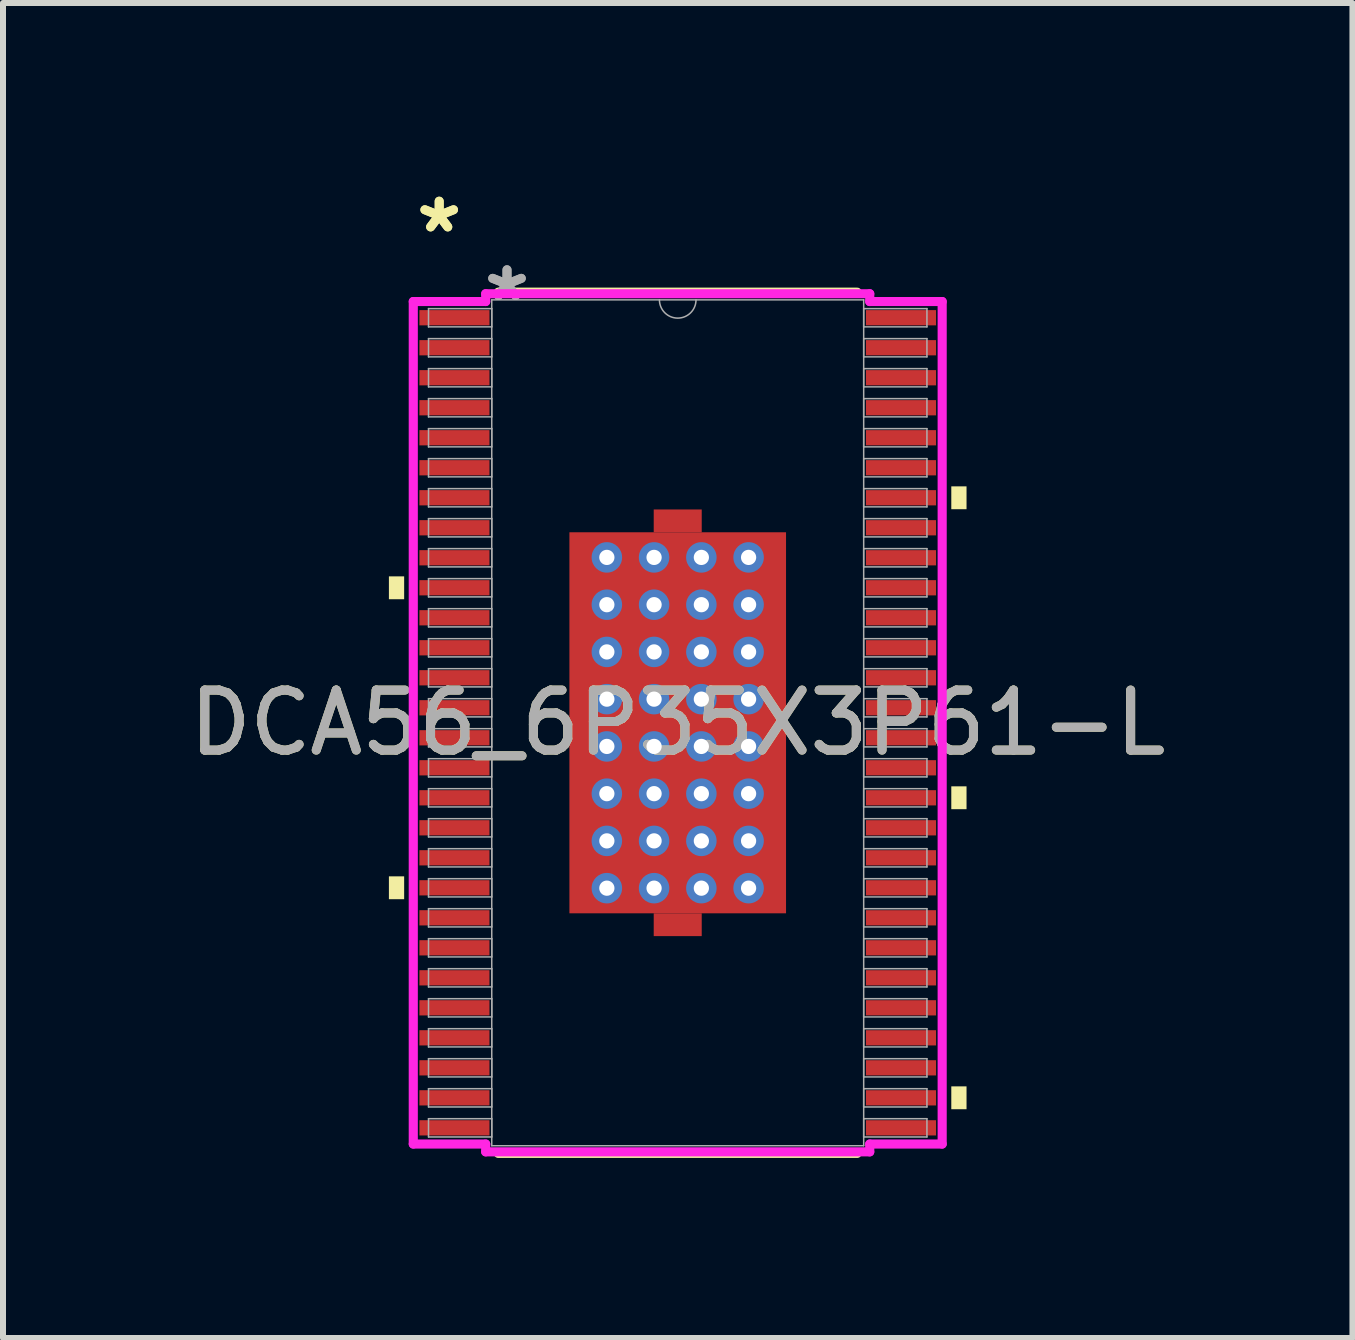
<source format=kicad_pcb>
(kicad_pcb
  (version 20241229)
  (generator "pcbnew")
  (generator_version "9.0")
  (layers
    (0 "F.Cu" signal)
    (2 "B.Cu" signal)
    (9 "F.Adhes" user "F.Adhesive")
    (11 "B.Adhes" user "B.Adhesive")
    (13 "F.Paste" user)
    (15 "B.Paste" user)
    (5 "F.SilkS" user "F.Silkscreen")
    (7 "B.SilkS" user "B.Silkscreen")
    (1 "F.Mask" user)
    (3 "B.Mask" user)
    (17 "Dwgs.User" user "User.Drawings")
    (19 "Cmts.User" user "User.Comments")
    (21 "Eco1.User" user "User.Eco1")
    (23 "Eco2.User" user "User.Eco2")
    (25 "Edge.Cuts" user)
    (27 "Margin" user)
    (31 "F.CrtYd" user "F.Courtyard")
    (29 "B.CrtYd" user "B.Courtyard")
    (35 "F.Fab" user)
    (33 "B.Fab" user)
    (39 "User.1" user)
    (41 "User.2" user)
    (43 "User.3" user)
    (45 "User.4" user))
  (footprint "DCA56_6P35X3P61-L"
    (layer "F.Cu")
    (at 8.244 8.995)
    (property "Reference" "DCA56_6P35X3P61-L" (at 0 0 0) (unlocked yes) (layer "F.SilkS") (effects (font (size 1 1) (thickness 0.15))))
    (attr smd)
    (fp_poly (pts (xy -0.4 -3.175) (xy -0.4 -3.555) (xy 0.4 -3.555) (xy 0.4 -3.175)) (stroke (width 0) (type solid)) (fill yes) (layer "F.Cu"))
    (fp_poly (pts (xy -0.4 3.175) (xy -0.4 3.555) (xy 0.4 3.555) (xy 0.4 3.175)) (stroke (width 0) (type solid)) (fill yes) (layer "F.Cu"))
    (fp_poly (pts (xy -1.869 -3.239) (xy -1.381 -3.239) (xy -1.381 3.239) (xy -1.869 3.239)) (stroke (width 0) (type solid)) (fill yes) (layer "F.Mask"))
    (fp_poly (pts (xy -1.869 -3.239) (xy 1.869 -3.239) (xy 1.869 -2.956) (xy -1.869 -2.956)) (stroke (width 0) (type solid)) (fill yes) (layer "F.Mask"))
    (fp_poly (pts (xy -1.869 -2.556) (xy 1.869 -2.556) (xy 1.869 -2.168) (xy -1.869 -2.168)) (stroke (width 0) (type solid)) (fill yes) (layer "F.Mask"))
    (fp_poly (pts (xy -1.869 -1.768) (xy 1.869 -1.768) (xy 1.869 -1.381) (xy -1.869 -1.381)) (stroke (width 0) (type solid)) (fill yes) (layer "F.Mask"))
    (fp_poly (pts (xy -1.869 -0.981) (xy 1.869 -0.981) (xy 1.869 -0.594) (xy -1.869 -0.594)) (stroke (width 0) (type solid)) (fill yes) (layer "F.Mask"))
    (fp_poly (pts (xy -1.869 -0.194) (xy 1.869 -0.194) (xy 1.869 0.194) (xy -1.869 0.194)) (stroke (width 0) (type solid)) (fill yes) (layer "F.Mask"))
    (fp_poly (pts (xy -1.869 0.594) (xy 1.869 0.594) (xy 1.869 0.981) (xy -1.869 0.981)) (stroke (width 0) (type solid)) (fill yes) (layer "F.Mask"))
    (fp_poly (pts (xy -1.869 1.381) (xy 1.869 1.381) (xy 1.869 1.768) (xy -1.869 1.768)) (stroke (width 0) (type solid)) (fill yes) (layer "F.Mask"))
    (fp_poly (pts (xy -1.869 2.168) (xy 1.869 2.168) (xy 1.869 2.556) (xy -1.869 2.556)) (stroke (width 0) (type solid)) (fill yes) (layer "F.Mask"))
    (fp_poly (pts (xy -1.869 2.956) (xy 1.869 2.956) (xy 1.869 3.239) (xy -1.869 3.239)) (stroke (width 0) (type solid)) (fill yes) (layer "F.Mask"))
    (fp_poly (pts (xy -0.594 -3.239) (xy -0.981 -3.239) (xy -0.981 3.239) (xy -0.594 3.239)) (stroke (width 0) (type solid)) (fill yes) (layer "F.Mask"))
    (fp_poly (pts (xy -0.4 -3.175) (xy -0.4 -3.555) (xy 0.4 -3.555) (xy 0.4 -3.175)) (stroke (width 0) (type solid)) (fill yes) (layer "F.Mask"))
    (fp_poly (pts (xy -0.4 3.175) (xy -0.4 3.555) (xy 0.4 3.555) (xy 0.4 3.175)) (stroke (width 0) (type solid)) (fill yes) (layer "F.Mask"))
    (fp_poly (pts (xy 0.194 -3.239) (xy -0.194 -3.239) (xy -0.194 3.239) (xy 0.194 3.239)) (stroke (width 0) (type solid)) (fill yes) (layer "F.Mask"))
    (fp_poly (pts (xy 0.981 -3.239) (xy 0.594 -3.239) (xy 0.594 3.239) (xy 0.981 3.239)) (stroke (width 0) (type solid)) (fill yes) (layer "F.Mask"))
    (fp_poly (pts (xy 1.381 -3.239) (xy 1.869 -3.239) (xy 1.869 3.239) (xy 1.381 3.239)) (stroke (width 0) (type solid)) (fill yes) (layer "F.Mask"))
    (fp_line (start -2.99 7.176) (end 2.99 7.176) (stroke (width 0.152) (type solid)) (layer "F.SilkS"))
    (fp_line (start 2.99 -7.176) (end -2.99 -7.176) (stroke (width 0.152) (type solid)) (layer "F.SilkS"))
    (fp_poly (pts (xy -4.813 -2.44) (xy -4.813 -2.059) (xy -4.559 -2.059) (xy -4.559 -2.44)) (stroke (width 0) (type solid)) (fill yes) (layer "F.SilkS"))
    (fp_poly (pts (xy -4.813 2.559) (xy -4.813 2.94) (xy -4.559 2.94) (xy -4.559 2.559)) (stroke (width 0) (type solid)) (fill yes) (layer "F.SilkS"))
    (fp_poly (pts (xy 4.813 -3.94) (xy 4.813 -3.559) (xy 4.559 -3.559) (xy 4.559 -3.94)) (stroke (width 0) (type solid)) (fill yes) (layer "F.SilkS"))
    (fp_poly (pts (xy 4.813 1.059) (xy 4.813 1.44) (xy 4.559 1.44) (xy 4.559 1.059)) (stroke (width 0) (type solid)) (fill yes) (layer "F.SilkS"))
    (fp_poly (pts (xy 4.813 6.059) (xy 4.813 6.44) (xy 4.559 6.44) (xy 4.559 6.059)) (stroke (width 0) (type solid)) (fill yes) (layer "F.SilkS"))
    (fp_poly (pts (xy -1.73 -3.1) (xy -1.73 -2.856) (xy -1.423 -2.856) (xy -1.281 -2.997) (xy -1.281 -3.1)) (stroke (width 0) (type solid)) (fill yes) (layer "F.Paste"))
    (fp_poly (pts (xy -1.73 2.856) (xy -1.73 3.1) (xy -1.281 3.1) (xy -1.281 2.997) (xy -1.423 2.856)) (stroke (width 0) (type solid)) (fill yes) (layer "F.Paste"))
    (fp_poly (pts (xy 1.281 -3.1) (xy 1.281 -2.997) (xy 1.423 -2.856) (xy 1.73 -2.856) (xy 1.73 -3.1)) (stroke (width 0) (type solid)) (fill yes) (layer "F.Paste"))
    (fp_poly (pts (xy 1.423 2.856) (xy 1.281 2.997) (xy 1.281 3.1) (xy 1.73 3.1) (xy 1.73 2.856)) (stroke (width 0) (type solid)) (fill yes) (layer "F.Paste"))
    (fp_poly (pts (xy -1.73 -2.656) (xy -1.73 -2.068) (xy -1.423 -2.068) (xy -1.281 -2.21) (xy -1.281 -2.514) (xy -1.423 -2.656)) (stroke (width 0) (type solid)) (fill yes) (layer "F.Paste"))
    (fp_poly (pts (xy -1.73 -1.869) (xy -1.73 -1.281) (xy -1.423 -1.281) (xy -1.281 -1.423) (xy -1.281 -1.727) (xy -1.423 -1.869)) (stroke (width 0) (type solid)) (fill yes) (layer "F.Paste"))
    (fp_poly (pts (xy -1.73 -1.081) (xy -1.73 -0.494) (xy -1.423 -0.494) (xy -1.281 -0.635) (xy -1.281 -0.94) (xy -1.423 -1.081)) (stroke (width 0) (type solid)) (fill yes) (layer "F.Paste"))
    (fp_poly (pts (xy -1.73 -0.294) (xy -1.73 0.294) (xy -1.423 0.294) (xy -1.281 0.152) (xy -1.281 -0.152) (xy -1.423 -0.294)) (stroke (width 0) (type solid)) (fill yes) (layer "F.Paste"))
    (fp_poly (pts (xy -1.73 0.494) (xy -1.73 1.081) (xy -1.423 1.081) (xy -1.281 0.94) (xy -1.281 0.635) (xy -1.423 0.494)) (stroke (width 0) (type solid)) (fill yes) (layer "F.Paste"))
    (fp_poly (pts (xy -1.73 1.281) (xy -1.73 1.869) (xy -1.423 1.869) (xy -1.281 1.727) (xy -1.281 1.423) (xy -1.423 1.281)) (stroke (width 0) (type solid)) (fill yes) (layer "F.Paste"))
    (fp_poly (pts (xy -1.73 2.068) (xy -1.73 2.656) (xy -1.423 2.656) (xy -1.281 2.514) (xy -1.281 2.21) (xy -1.423 2.068)) (stroke (width 0) (type solid)) (fill yes) (layer "F.Paste"))
    (fp_poly (pts (xy -1.081 -3.1) (xy -1.081 -2.997) (xy -0.94 -2.856) (xy -0.635 -2.856) (xy -0.494 -2.997) (xy -0.494 -3.1)) (stroke (width 0) (type solid)) (fill yes) (layer "F.Paste"))
    (fp_poly (pts (xy -0.94 2.856) (xy -1.081 2.997) (xy -1.081 3.1) (xy -0.494 3.1) (xy -0.494 2.997) (xy -0.635 2.856)) (stroke (width 0) (type solid)) (fill yes) (layer "F.Paste"))
    (fp_poly (pts (xy -0.294 -3.1) (xy -0.294 -2.997) (xy -0.152 -2.856) (xy 0.152 -2.856) (xy 0.294 -2.997) (xy 0.294 -3.1)) (stroke (width 0) (type solid)) (fill yes) (layer "F.Paste"))
    (fp_poly (pts (xy -0.152 2.856) (xy -0.294 2.997) (xy -0.294 3.1) (xy 0.294 3.1) (xy 0.294 2.997) (xy 0.152 2.856)) (stroke (width 0) (type solid)) (fill yes) (layer "F.Paste"))
    (fp_poly (pts (xy 0.494 -3.1) (xy 0.494 -2.997) (xy 0.635 -2.856) (xy 0.94 -2.856) (xy 1.081 -2.997) (xy 1.081 -3.1)) (stroke (width 0) (type solid)) (fill yes) (layer "F.Paste"))
    (fp_poly (pts (xy 0.635 2.856) (xy 0.494 2.997) (xy 0.494 3.1) (xy 1.081 3.1) (xy 1.081 2.997) (xy 0.94 2.856)) (stroke (width 0) (type solid)) (fill yes) (layer "F.Paste"))
    (fp_poly (pts (xy 1.423 -2.656) (xy 1.281 -2.514) (xy 1.281 -2.21) (xy 1.423 -2.068) (xy 1.73 -2.068) (xy 1.73 -2.656)) (stroke (width 0) (type solid)) (fill yes) (layer "F.Paste"))
    (fp_poly (pts (xy 1.423 -1.869) (xy 1.281 -1.727) (xy 1.281 -1.423) (xy 1.423 -1.281) (xy 1.73 -1.281) (xy 1.73 -1.869)) (stroke (width 0) (type solid)) (fill yes) (layer "F.Paste"))
    (fp_poly (pts (xy 1.423 -1.081) (xy 1.281 -0.94) (xy 1.281 -0.635) (xy 1.423 -0.494) (xy 1.73 -0.494) (xy 1.73 -1.081)) (stroke (width 0) (type solid)) (fill yes) (layer "F.Paste"))
    (fp_poly (pts (xy 1.423 -0.294) (xy 1.281 -0.152) (xy 1.281 0.152) (xy 1.423 0.294) (xy 1.73 0.294) (xy 1.73 -0.294)) (stroke (width 0) (type solid)) (fill yes) (layer "F.Paste"))
    (fp_poly (pts (xy 1.423 0.494) (xy 1.281 0.635) (xy 1.281 0.94) (xy 1.423 1.081) (xy 1.73 1.081) (xy 1.73 0.494)) (stroke (width 0) (type solid)) (fill yes) (layer "F.Paste"))
    (fp_poly (pts (xy 1.423 1.281) (xy 1.281 1.423) (xy 1.281 1.727) (xy 1.423 1.869) (xy 1.73 1.869) (xy 1.73 1.281)) (stroke (width 0) (type solid)) (fill yes) (layer "F.Paste"))
    (fp_poly (pts (xy 1.423 2.068) (xy 1.281 2.21) (xy 1.281 2.514) (xy 1.423 2.656) (xy 1.73 2.656) (xy 1.73 2.068)) (stroke (width 0) (type solid)) (fill yes) (layer "F.Paste"))
    (fp_poly (pts (xy -0.94 -2.656) (xy -1.081 -2.514) (xy -1.081 -2.21) (xy -0.94 -2.068) (xy -0.635 -2.068) (xy -0.494 -2.21) (xy -0.494 -2.514) (xy -0.635 -2.656)) (stroke (width 0) (type solid)) (fill yes) (layer "F.Paste"))
    (fp_poly (pts (xy -0.94 -1.869) (xy -1.081 -1.727) (xy -1.081 -1.423) (xy -0.94 -1.281) (xy -0.635 -1.281) (xy -0.494 -1.423) (xy -0.494 -1.727) (xy -0.635 -1.869)) (stroke (width 0) (type solid)) (fill yes) (layer "F.Paste"))
    (fp_poly (pts (xy -0.94 -1.081) (xy -1.081 -0.94) (xy -1.081 -0.635) (xy -0.94 -0.494) (xy -0.635 -0.494) (xy -0.494 -0.635) (xy -0.494 -0.94) (xy -0.635 -1.081)) (stroke (width 0) (type solid)) (fill yes) (layer "F.Paste"))
    (fp_poly (pts (xy -0.94 -0.294) (xy -1.081 -0.152) (xy -1.081 0.152) (xy -0.94 0.294) (xy -0.635 0.294) (xy -0.494 0.152) (xy -0.494 -0.152) (xy -0.635 -0.294)) (stroke (width 0) (type solid)) (fill yes) (layer "F.Paste"))
    (fp_poly (pts (xy -0.94 0.494) (xy -1.081 0.635) (xy -1.081 0.94) (xy -0.94 1.081) (xy -0.635 1.081) (xy -0.494 0.94) (xy -0.494 0.635) (xy -0.635 0.494)) (stroke (width 0) (type solid)) (fill yes) (layer "F.Paste"))
    (fp_poly (pts (xy -0.94 1.281) (xy -1.081 1.423) (xy -1.081 1.727) (xy -0.94 1.869) (xy -0.635 1.869) (xy -0.494 1.727) (xy -0.494 1.423) (xy -0.635 1.281)) (stroke (width 0) (type solid)) (fill yes) (layer "F.Paste"))
    (fp_poly (pts (xy -0.94 2.068) (xy -1.081 2.21) (xy -1.081 2.514) (xy -0.94 2.656) (xy -0.635 2.656) (xy -0.494 2.514) (xy -0.494 2.21) (xy -0.635 2.068)) (stroke (width 0) (type solid)) (fill yes) (layer "F.Paste"))
    (fp_poly (pts (xy -0.152 -2.656) (xy -0.294 -2.514) (xy -0.294 -2.21) (xy -0.152 -2.068) (xy 0.152 -2.068) (xy 0.294 -2.21) (xy 0.294 -2.514) (xy 0.152 -2.656)) (stroke (width 0) (type solid)) (fill yes) (layer "F.Paste"))
    (fp_poly (pts (xy -0.152 -1.869) (xy -0.294 -1.727) (xy -0.294 -1.423) (xy -0.152 -1.281) (xy 0.152 -1.281) (xy 0.294 -1.423) (xy 0.294 -1.727) (xy 0.152 -1.869)) (stroke (width 0) (type solid)) (fill yes) (layer "F.Paste"))
    (fp_poly (pts (xy -0.152 -1.081) (xy -0.294 -0.94) (xy -0.294 -0.635) (xy -0.152 -0.494) (xy 0.152 -0.494) (xy 0.294 -0.635) (xy 0.294 -0.94) (xy 0.152 -1.081)) (stroke (width 0) (type solid)) (fill yes) (layer "F.Paste"))
    (fp_poly (pts (xy -0.152 -0.294) (xy -0.294 -0.152) (xy -0.294 0.152) (xy -0.152 0.294) (xy 0.152 0.294) (xy 0.294 0.152) (xy 0.294 -0.152) (xy 0.152 -0.294)) (stroke (width 0) (type solid)) (fill yes) (layer "F.Paste"))
    (fp_poly (pts (xy -0.152 0.494) (xy -0.294 0.635) (xy -0.294 0.94) (xy -0.152 1.081) (xy 0.152 1.081) (xy 0.294 0.94) (xy 0.294 0.635) (xy 0.152 0.494)) (stroke (width 0) (type solid)) (fill yes) (layer "F.Paste"))
    (fp_poly (pts (xy -0.152 1.281) (xy -0.294 1.423) (xy -0.294 1.727) (xy -0.152 1.869) (xy 0.152 1.869) (xy 0.294 1.727) (xy 0.294 1.423) (xy 0.152 1.281)) (stroke (width 0) (type solid)) (fill yes) (layer "F.Paste"))
    (fp_poly (pts (xy -0.152 2.068) (xy -0.294 2.21) (xy -0.294 2.514) (xy -0.152 2.656) (xy 0.152 2.656) (xy 0.294 2.514) (xy 0.294 2.21) (xy 0.152 2.068)) (stroke (width 0) (type solid)) (fill yes) (layer "F.Paste"))
    (fp_poly (pts (xy 0.635 -2.656) (xy 0.494 -2.514) (xy 0.494 -2.21) (xy 0.635 -2.068) (xy 0.94 -2.068) (xy 1.081 -2.21) (xy 1.081 -2.514) (xy 0.94 -2.656)) (stroke (width 0) (type solid)) (fill yes) (layer "F.Paste"))
    (fp_poly (pts (xy 0.635 -1.869) (xy 0.494 -1.727) (xy 0.494 -1.423) (xy 0.635 -1.281) (xy 0.94 -1.281) (xy 1.081 -1.423) (xy 1.081 -1.727) (xy 0.94 -1.869)) (stroke (width 0) (type solid)) (fill yes) (layer "F.Paste"))
    (fp_poly (pts (xy 0.635 -1.081) (xy 0.494 -0.94) (xy 0.494 -0.635) (xy 0.635 -0.494) (xy 0.94 -0.494) (xy 1.081 -0.635) (xy 1.081 -0.94) (xy 0.94 -1.081)) (stroke (width 0) (type solid)) (fill yes) (layer "F.Paste"))
    (fp_poly (pts (xy 0.635 -0.294) (xy 0.494 -0.152) (xy 0.494 0.152) (xy 0.635 0.294) (xy 0.94 0.294) (xy 1.081 0.152) (xy 1.081 -0.152) (xy 0.94 -0.294)) (stroke (width 0) (type solid)) (fill yes) (layer "F.Paste"))
    (fp_poly (pts (xy 0.635 0.494) (xy 0.494 0.635) (xy 0.494 0.94) (xy 0.635 1.081) (xy 0.94 1.081) (xy 1.081 0.94) (xy 1.081 0.635) (xy 0.94 0.494)) (stroke (width 0) (type solid)) (fill yes) (layer "F.Paste"))
    (fp_poly (pts (xy 0.635 1.281) (xy 0.494 1.423) (xy 0.494 1.727) (xy 0.635 1.869) (xy 0.94 1.869) (xy 1.081 1.727) (xy 1.081 1.423) (xy 0.94 1.281)) (stroke (width 0) (type solid)) (fill yes) (layer "F.Paste"))
    (fp_poly (pts (xy 0.635 2.068) (xy 0.494 2.21) (xy 0.494 2.514) (xy 0.635 2.656) (xy 0.94 2.656) (xy 1.081 2.514) (xy 1.081 2.21) (xy 0.94 2.068)) (stroke (width 0) (type solid)) (fill yes) (layer "F.Paste"))
    (fp_line (start -4.407 -7.02) (end -3.2 -7.02) (stroke (width 0.152) (type solid)) (layer "F.CrtYd"))
    (fp_line (start -4.407 7.02) (end -4.407 -7.02) (stroke (width 0.152) (type solid)) (layer "F.CrtYd"))
    (fp_line (start -4.407 7.02) (end -3.2 7.02) (stroke (width 0.152) (type solid)) (layer "F.CrtYd"))
    (fp_line (start -3.2 -7.15) (end 3.2 -7.15) (stroke (width 0.152) (type solid)) (layer "F.CrtYd"))
    (fp_line (start -3.2 -7.02) (end -3.2 -7.15) (stroke (width 0.152) (type solid)) (layer "F.CrtYd"))
    (fp_line (start -3.2 7.15) (end -3.2 7.02) (stroke (width 0.152) (type solid)) (layer "F.CrtYd"))
    (fp_line (start 3.2 -7.15) (end 3.2 -7.02) (stroke (width 0.152) (type solid)) (layer "F.CrtYd"))
    (fp_line (start 3.2 7.02) (end 3.2 7.15) (stroke (width 0.152) (type solid)) (layer "F.CrtYd"))
    (fp_line (start 3.2 7.15) (end -3.2 7.15) (stroke (width 0.152) (type solid)) (layer "F.CrtYd"))
    (fp_line (start 4.407 -7.02) (end 3.2 -7.02) (stroke (width 0.152) (type solid)) (layer "F.CrtYd"))
    (fp_line (start 4.407 -7.02) (end 4.407 7.02) (stroke (width 0.152) (type solid)) (layer "F.CrtYd"))
    (fp_line (start 4.407 7.02) (end 3.2 7.02) (stroke (width 0.152) (type solid)) (layer "F.CrtYd"))
    (fp_line (start -4.153 -6.902) (end -4.153 -6.598) (stroke (width 0.025) (type solid)) (layer "F.Fab"))
    (fp_line (start -4.153 -6.598) (end -3.099 -6.598) (stroke (width 0.025) (type solid)) (layer "F.Fab"))
    (fp_line (start -4.153 -6.402) (end -4.153 -6.098) (stroke (width 0.025) (type solid)) (layer "F.Fab"))
    (fp_line (start -4.153 -6.098) (end -3.099 -6.098) (stroke (width 0.025) (type solid)) (layer "F.Fab"))
    (fp_line (start -4.153 -5.902) (end -4.153 -5.598) (stroke (width 0.025) (type solid)) (layer "F.Fab"))
    (fp_line (start -4.153 -5.598) (end -3.099 -5.598) (stroke (width 0.025) (type solid)) (layer "F.Fab"))
    (fp_line (start -4.153 -5.402) (end -4.153 -5.098) (stroke (width 0.025) (type solid)) (layer "F.Fab"))
    (fp_line (start -4.153 -5.098) (end -3.099 -5.098) (stroke (width 0.025) (type solid)) (layer "F.Fab"))
    (fp_line (start -4.153 -4.902) (end -4.153 -4.598) (stroke (width 0.025) (type solid)) (layer "F.Fab"))
    (fp_line (start -4.153 -4.598) (end -3.099 -4.598) (stroke (width 0.025) (type solid)) (layer "F.Fab"))
    (fp_line (start -4.153 -4.402) (end -4.153 -4.098) (stroke (width 0.025) (type solid)) (layer "F.Fab"))
    (fp_line (start -4.153 -4.098) (end -3.099 -4.098) (stroke (width 0.025) (type solid)) (layer "F.Fab"))
    (fp_line (start -4.153 -3.902) (end -4.153 -3.598) (stroke (width 0.025) (type solid)) (layer "F.Fab"))
    (fp_line (start -4.153 -3.598) (end -3.099 -3.598) (stroke (width 0.025) (type solid)) (layer "F.Fab"))
    (fp_line (start -4.153 -3.402) (end -4.153 -3.098) (stroke (width 0.025) (type solid)) (layer "F.Fab"))
    (fp_line (start -4.153 -3.098) (end -3.099 -3.098) (stroke (width 0.025) (type solid)) (layer "F.Fab"))
    (fp_line (start -4.153 -2.902) (end -4.153 -2.598) (stroke (width 0.025) (type solid)) (layer "F.Fab"))
    (fp_line (start -4.153 -2.598) (end -3.099 -2.598) (stroke (width 0.025) (type solid)) (layer "F.Fab"))
    (fp_line (start -4.153 -2.402) (end -4.153 -2.098) (stroke (width 0.025) (type solid)) (layer "F.Fab"))
    (fp_line (start -4.153 -2.098) (end -3.099 -2.098) (stroke (width 0.025) (type solid)) (layer "F.Fab"))
    (fp_line (start -4.153 -1.902) (end -4.153 -1.598) (stroke (width 0.025) (type solid)) (layer "F.Fab"))
    (fp_line (start -4.153 -1.598) (end -3.099 -1.598) (stroke (width 0.025) (type solid)) (layer "F.Fab"))
    (fp_line (start -4.153 -1.402) (end -4.153 -1.098) (stroke (width 0.025) (type solid)) (layer "F.Fab"))
    (fp_line (start -4.153 -1.098) (end -3.099 -1.098) (stroke (width 0.025) (type solid)) (layer "F.Fab"))
    (fp_line (start -4.153 -0.902) (end -4.153 -0.598) (stroke (width 0.025) (type solid)) (layer "F.Fab"))
    (fp_line (start -4.153 -0.598) (end -3.099 -0.598) (stroke (width 0.025) (type solid)) (layer "F.Fab"))
    (fp_line (start -4.153 -0.402) (end -4.153 -0.098) (stroke (width 0.025) (type solid)) (layer "F.Fab"))
    (fp_line (start -4.153 -0.098) (end -3.099 -0.098) (stroke (width 0.025) (type solid)) (layer "F.Fab"))
    (fp_line (start -4.153 0.098) (end -4.153 0.402) (stroke (width 0.025) (type solid)) (layer "F.Fab"))
    (fp_line (start -4.153 0.402) (end -3.099 0.402) (stroke (width 0.025) (type solid)) (layer "F.Fab"))
    (fp_line (start -4.153 0.598) (end -4.153 0.902) (stroke (width 0.025) (type solid)) (layer "F.Fab"))
    (fp_line (start -4.153 0.902) (end -3.099 0.902) (stroke (width 0.025) (type solid)) (layer "F.Fab"))
    (fp_line (start -4.153 1.098) (end -4.153 1.402) (stroke (width 0.025) (type solid)) (layer "F.Fab"))
    (fp_line (start -4.153 1.402) (end -3.099 1.402) (stroke (width 0.025) (type solid)) (layer "F.Fab"))
    (fp_line (start -4.153 1.598) (end -4.153 1.902) (stroke (width 0.025) (type solid)) (layer "F.Fab"))
    (fp_line (start -4.153 1.902) (end -3.099 1.902) (stroke (width 0.025) (type solid)) (layer "F.Fab"))
    (fp_line (start -4.153 2.098) (end -4.153 2.402) (stroke (width 0.025) (type solid)) (layer "F.Fab"))
    (fp_line (start -4.153 2.402) (end -3.099 2.402) (stroke (width 0.025) (type solid)) (layer "F.Fab"))
    (fp_line (start -4.153 2.598) (end -4.153 2.902) (stroke (width 0.025) (type solid)) (layer "F.Fab"))
    (fp_line (start -4.153 2.902) (end -3.099 2.902) (stroke (width 0.025) (type solid)) (layer "F.Fab"))
    (fp_line (start -4.153 3.098) (end -4.153 3.402) (stroke (width 0.025) (type solid)) (layer "F.Fab"))
    (fp_line (start -4.153 3.402) (end -3.099 3.402) (stroke (width 0.025) (type solid)) (layer "F.Fab"))
    (fp_line (start -4.153 3.598) (end -4.153 3.902) (stroke (width 0.025) (type solid)) (layer "F.Fab"))
    (fp_line (start -4.153 3.902) (end -3.099 3.902) (stroke (width 0.025) (type solid)) (layer "F.Fab"))
    (fp_line (start -4.153 4.098) (end -4.153 4.402) (stroke (width 0.025) (type solid)) (layer "F.Fab"))
    (fp_line (start -4.153 4.402) (end -3.099 4.402) (stroke (width 0.025) (type solid)) (layer "F.Fab"))
    (fp_line (start -4.153 4.598) (end -4.153 4.902) (stroke (width 0.025) (type solid)) (layer "F.Fab"))
    (fp_line (start -4.153 4.902) (end -3.099 4.902) (stroke (width 0.025) (type solid)) (layer "F.Fab"))
    (fp_line (start -4.153 5.098) (end -4.153 5.402) (stroke (width 0.025) (type solid)) (layer "F.Fab"))
    (fp_line (start -4.153 5.402) (end -3.099 5.402) (stroke (width 0.025) (type solid)) (layer "F.Fab"))
    (fp_line (start -4.153 5.598) (end -4.153 5.902) (stroke (width 0.025) (type solid)) (layer "F.Fab"))
    (fp_line (start -4.153 5.902) (end -3.099 5.902) (stroke (width 0.025) (type solid)) (layer "F.Fab"))
    (fp_line (start -4.153 6.098) (end -4.153 6.402) (stroke (width 0.025) (type solid)) (layer "F.Fab"))
    (fp_line (start -4.153 6.402) (end -3.099 6.402) (stroke (width 0.025) (type solid)) (layer "F.Fab"))
    (fp_line (start -4.153 6.598) (end -4.153 6.902) (stroke (width 0.025) (type solid)) (layer "F.Fab"))
    (fp_line (start -4.153 6.902) (end -3.099 6.902) (stroke (width 0.025) (type solid)) (layer "F.Fab"))
    (fp_line (start -3.099 -7.048) (end -3.099 7.048) (stroke (width 0.025) (type solid)) (layer "F.Fab"))
    (fp_line (start -3.099 -6.902) (end -4.153 -6.902) (stroke (width 0.025) (type solid)) (layer "F.Fab"))
    (fp_line (start -3.099 -6.598) (end -3.099 -6.902) (stroke (width 0.025) (type solid)) (layer "F.Fab"))
    (fp_line (start -3.099 -6.402) (end -4.153 -6.402) (stroke (width 0.025) (type solid)) (layer "F.Fab"))
    (fp_line (start -3.099 -6.098) (end -3.099 -6.402) (stroke (width 0.025) (type solid)) (layer "F.Fab"))
    (fp_line (start -3.099 -5.902) (end -4.153 -5.902) (stroke (width 0.025) (type solid)) (layer "F.Fab"))
    (fp_line (start -3.099 -5.598) (end -3.099 -5.902) (stroke (width 0.025) (type solid)) (layer "F.Fab"))
    (fp_line (start -3.099 -5.402) (end -4.153 -5.402) (stroke (width 0.025) (type solid)) (layer "F.Fab"))
    (fp_line (start -3.099 -5.098) (end -3.099 -5.402) (stroke (width 0.025) (type solid)) (layer "F.Fab"))
    (fp_line (start -3.099 -4.902) (end -4.153 -4.902) (stroke (width 0.025) (type solid)) (layer "F.Fab"))
    (fp_line (start -3.099 -4.598) (end -3.099 -4.902) (stroke (width 0.025) (type solid)) (layer "F.Fab"))
    (fp_line (start -3.099 -4.402) (end -4.153 -4.402) (stroke (width 0.025) (type solid)) (layer "F.Fab"))
    (fp_line (start -3.099 -4.098) (end -3.099 -4.402) (stroke (width 0.025) (type solid)) (layer "F.Fab"))
    (fp_line (start -3.099 -3.902) (end -4.153 -3.902) (stroke (width 0.025) (type solid)) (layer "F.Fab"))
    (fp_line (start -3.099 -3.598) (end -3.099 -3.902) (stroke (width 0.025) (type solid)) (layer "F.Fab"))
    (fp_line (start -3.099 -3.402) (end -4.153 -3.402) (stroke (width 0.025) (type solid)) (layer "F.Fab"))
    (fp_line (start -3.099 -3.098) (end -3.099 -3.402) (stroke (width 0.025) (type solid)) (layer "F.Fab"))
    (fp_line (start -3.099 -2.902) (end -4.153 -2.902) (stroke (width 0.025) (type solid)) (layer "F.Fab"))
    (fp_line (start -3.099 -2.598) (end -3.099 -2.902) (stroke (width 0.025) (type solid)) (layer "F.Fab"))
    (fp_line (start -3.099 -2.402) (end -4.153 -2.402) (stroke (width 0.025) (type solid)) (layer "F.Fab"))
    (fp_line (start -3.099 -2.098) (end -3.099 -2.402) (stroke (width 0.025) (type solid)) (layer "F.Fab"))
    (fp_line (start -3.099 -1.902) (end -4.153 -1.902) (stroke (width 0.025) (type solid)) (layer "F.Fab"))
    (fp_line (start -3.099 -1.598) (end -3.099 -1.902) (stroke (width 0.025) (type solid)) (layer "F.Fab"))
    (fp_line (start -3.099 -1.402) (end -4.153 -1.402) (stroke (width 0.025) (type solid)) (layer "F.Fab"))
    (fp_line (start -3.099 -1.098) (end -3.099 -1.402) (stroke (width 0.025) (type solid)) (layer "F.Fab"))
    (fp_line (start -3.099 -0.902) (end -4.153 -0.902) (stroke (width 0.025) (type solid)) (layer "F.Fab"))
    (fp_line (start -3.099 -0.598) (end -3.099 -0.902) (stroke (width 0.025) (type solid)) (layer "F.Fab"))
    (fp_line (start -3.099 -0.402) (end -4.153 -0.402) (stroke (width 0.025) (type solid)) (layer "F.Fab"))
    (fp_line (start -3.099 -0.098) (end -3.099 -0.402) (stroke (width 0.025) (type solid)) (layer "F.Fab"))
    (fp_line (start -3.099 0.098) (end -4.153 0.098) (stroke (width 0.025) (type solid)) (layer "F.Fab"))
    (fp_line (start -3.099 0.402) (end -3.099 0.098) (stroke (width 0.025) (type solid)) (layer "F.Fab"))
    (fp_line (start -3.099 0.598) (end -4.153 0.598) (stroke (width 0.025) (type solid)) (layer "F.Fab"))
    (fp_line (start -3.099 0.902) (end -3.099 0.598) (stroke (width 0.025) (type solid)) (layer "F.Fab"))
    (fp_line (start -3.099 1.098) (end -4.153 1.098) (stroke (width 0.025) (type solid)) (layer "F.Fab"))
    (fp_line (start -3.099 1.402) (end -3.099 1.098) (stroke (width 0.025) (type solid)) (layer "F.Fab"))
    (fp_line (start -3.099 1.598) (end -4.153 1.598) (stroke (width 0.025) (type solid)) (layer "F.Fab"))
    (fp_line (start -3.099 1.902) (end -3.099 1.598) (stroke (width 0.025) (type solid)) (layer "F.Fab"))
    (fp_line (start -3.099 2.098) (end -4.153 2.098) (stroke (width 0.025) (type solid)) (layer "F.Fab"))
    (fp_line (start -3.099 2.402) (end -3.099 2.098) (stroke (width 0.025) (type solid)) (layer "F.Fab"))
    (fp_line (start -3.099 2.598) (end -4.153 2.598) (stroke (width 0.025) (type solid)) (layer "F.Fab"))
    (fp_line (start -3.099 2.902) (end -3.099 2.598) (stroke (width 0.025) (type solid)) (layer "F.Fab"))
    (fp_line (start -3.099 3.098) (end -4.153 3.098) (stroke (width 0.025) (type solid)) (layer "F.Fab"))
    (fp_line (start -3.099 3.402) (end -3.099 3.098) (stroke (width 0.025) (type solid)) (layer "F.Fab"))
    (fp_line (start -3.099 3.598) (end -4.153 3.598) (stroke (width 0.025) (type solid)) (layer "F.Fab"))
    (fp_line (start -3.099 3.902) (end -3.099 3.598) (stroke (width 0.025) (type solid)) (layer "F.Fab"))
    (fp_line (start -3.099 4.098) (end -4.153 4.098) (stroke (width 0.025) (type solid)) (layer "F.Fab"))
    (fp_line (start -3.099 4.402) (end -3.099 4.098) (stroke (width 0.025) (type solid)) (layer "F.Fab"))
    (fp_line (start -3.099 4.598) (end -4.153 4.598) (stroke (width 0.025) (type solid)) (layer "F.Fab"))
    (fp_line (start -3.099 4.902) (end -3.099 4.598) (stroke (width 0.025) (type solid)) (layer "F.Fab"))
    (fp_line (start -3.099 5.098) (end -4.153 5.098) (stroke (width 0.025) (type solid)) (layer "F.Fab"))
    (fp_line (start -3.099 5.402) (end -3.099 5.098) (stroke (width 0.025) (type solid)) (layer "F.Fab"))
    (fp_line (start -3.099 5.598) (end -4.153 5.598) (stroke (width 0.025) (type solid)) (layer "F.Fab"))
    (fp_line (start -3.099 5.902) (end -3.099 5.598) (stroke (width 0.025) (type solid)) (layer "F.Fab"))
    (fp_line (start -3.099 6.098) (end -4.153 6.098) (stroke (width 0.025) (type solid)) (layer "F.Fab"))
    (fp_line (start -3.099 6.402) (end -3.099 6.098) (stroke (width 0.025) (type solid)) (layer "F.Fab"))
    (fp_line (start -3.099 6.598) (end -4.153 6.598) (stroke (width 0.025) (type solid)) (layer "F.Fab"))
    (fp_line (start -3.099 6.902) (end -3.099 6.598) (stroke (width 0.025) (type solid)) (layer "F.Fab"))
    (fp_line (start -3.099 7.048) (end 3.099 7.048) (stroke (width 0.025) (type solid)) (layer "F.Fab"))
    (fp_line (start 3.099 -7.048) (end -3.099 -7.048) (stroke (width 0.025) (type solid)) (layer "F.Fab"))
    (fp_line (start 3.099 -6.902) (end 3.099 -6.598) (stroke (width 0.025) (type solid)) (layer "F.Fab"))
    (fp_line (start 3.099 -6.598) (end 4.153 -6.598) (stroke (width 0.025) (type solid)) (layer "F.Fab"))
    (fp_line (start 3.099 -6.402) (end 3.099 -6.098) (stroke (width 0.025) (type solid)) (layer "F.Fab"))
    (fp_line (start 3.099 -6.098) (end 4.153 -6.098) (stroke (width 0.025) (type solid)) (layer "F.Fab"))
    (fp_line (start 3.099 -5.902) (end 3.099 -5.598) (stroke (width 0.025) (type solid)) (layer "F.Fab"))
    (fp_line (start 3.099 -5.598) (end 4.153 -5.598) (stroke (width 0.025) (type solid)) (layer "F.Fab"))
    (fp_line (start 3.099 -5.402) (end 3.099 -5.098) (stroke (width 0.025) (type solid)) (layer "F.Fab"))
    (fp_line (start 3.099 -5.098) (end 4.153 -5.098) (stroke (width 0.025) (type solid)) (layer "F.Fab"))
    (fp_line (start 3.099 -4.902) (end 3.099 -4.598) (stroke (width 0.025) (type solid)) (layer "F.Fab"))
    (fp_line (start 3.099 -4.598) (end 4.153 -4.598) (stroke (width 0.025) (type solid)) (layer "F.Fab"))
    (fp_line (start 3.099 -4.402) (end 3.099 -4.098) (stroke (width 0.025) (type solid)) (layer "F.Fab"))
    (fp_line (start 3.099 -4.098) (end 4.153 -4.098) (stroke (width 0.025) (type solid)) (layer "F.Fab"))
    (fp_line (start 3.099 -3.902) (end 3.099 -3.598) (stroke (width 0.025) (type solid)) (layer "F.Fab"))
    (fp_line (start 3.099 -3.598) (end 4.153 -3.598) (stroke (width 0.025) (type solid)) (layer "F.Fab"))
    (fp_line (start 3.099 -3.402) (end 3.099 -3.098) (stroke (width 0.025) (type solid)) (layer "F.Fab"))
    (fp_line (start 3.099 -3.098) (end 4.153 -3.098) (stroke (width 0.025) (type solid)) (layer "F.Fab"))
    (fp_line (start 3.099 -2.902) (end 3.099 -2.598) (stroke (width 0.025) (type solid)) (layer "F.Fab"))
    (fp_line (start 3.099 -2.598) (end 4.153 -2.598) (stroke (width 0.025) (type solid)) (layer "F.Fab"))
    (fp_line (start 3.099 -2.402) (end 3.099 -2.098) (stroke (width 0.025) (type solid)) (layer "F.Fab"))
    (fp_line (start 3.099 -2.098) (end 4.153 -2.098) (stroke (width 0.025) (type solid)) (layer "F.Fab"))
    (fp_line (start 3.099 -1.902) (end 3.099 -1.598) (stroke (width 0.025) (type solid)) (layer "F.Fab"))
    (fp_line (start 3.099 -1.598) (end 4.153 -1.598) (stroke (width 0.025) (type solid)) (layer "F.Fab"))
    (fp_line (start 3.099 -1.402) (end 3.099 -1.098) (stroke (width 0.025) (type solid)) (layer "F.Fab"))
    (fp_line (start 3.099 -1.098) (end 4.153 -1.098) (stroke (width 0.025) (type solid)) (layer "F.Fab"))
    (fp_line (start 3.099 -0.902) (end 3.099 -0.598) (stroke (width 0.025) (type solid)) (layer "F.Fab"))
    (fp_line (start 3.099 -0.598) (end 4.153 -0.598) (stroke (width 0.025) (type solid)) (layer "F.Fab"))
    (fp_line (start 3.099 -0.402) (end 3.099 -0.098) (stroke (width 0.025) (type solid)) (layer "F.Fab"))
    (fp_line (start 3.099 -0.098) (end 4.153 -0.098) (stroke (width 0.025) (type solid)) (layer "F.Fab"))
    (fp_line (start 3.099 0.098) (end 3.099 0.402) (stroke (width 0.025) (type solid)) (layer "F.Fab"))
    (fp_line (start 3.099 0.402) (end 4.153 0.402) (stroke (width 0.025) (type solid)) (layer "F.Fab"))
    (fp_line (start 3.099 0.598) (end 3.099 0.902) (stroke (width 0.025) (type solid)) (layer "F.Fab"))
    (fp_line (start 3.099 0.902) (end 4.153 0.902) (stroke (width 0.025) (type solid)) (layer "F.Fab"))
    (fp_line (start 3.099 1.098) (end 3.099 1.402) (stroke (width 0.025) (type solid)) (layer "F.Fab"))
    (fp_line (start 3.099 1.402) (end 4.153 1.402) (stroke (width 0.025) (type solid)) (layer "F.Fab"))
    (fp_line (start 3.099 1.598) (end 3.099 1.902) (stroke (width 0.025) (type solid)) (layer "F.Fab"))
    (fp_line (start 3.099 1.902) (end 4.153 1.902) (stroke (width 0.025) (type solid)) (layer "F.Fab"))
    (fp_line (start 3.099 2.098) (end 3.099 2.402) (stroke (width 0.025) (type solid)) (layer "F.Fab"))
    (fp_line (start 3.099 2.402) (end 4.153 2.402) (stroke (width 0.025) (type solid)) (layer "F.Fab"))
    (fp_line (start 3.099 2.598) (end 3.099 2.902) (stroke (width 0.025) (type solid)) (layer "F.Fab"))
    (fp_line (start 3.099 2.902) (end 4.153 2.902) (stroke (width 0.025) (type solid)) (layer "F.Fab"))
    (fp_line (start 3.099 3.098) (end 3.099 3.402) (stroke (width 0.025) (type solid)) (layer "F.Fab"))
    (fp_line (start 3.099 3.402) (end 4.153 3.402) (stroke (width 0.025) (type solid)) (layer "F.Fab"))
    (fp_line (start 3.099 3.598) (end 3.099 3.902) (stroke (width 0.025) (type solid)) (layer "F.Fab"))
    (fp_line (start 3.099 3.902) (end 4.153 3.902) (stroke (width 0.025) (type solid)) (layer "F.Fab"))
    (fp_line (start 3.099 4.098) (end 3.099 4.402) (stroke (width 0.025) (type solid)) (layer "F.Fab"))
    (fp_line (start 3.099 4.402) (end 4.153 4.402) (stroke (width 0.025) (type solid)) (layer "F.Fab"))
    (fp_line (start 3.099 4.598) (end 3.099 4.902) (stroke (width 0.025) (type solid)) (layer "F.Fab"))
    (fp_line (start 3.099 4.902) (end 4.153 4.902) (stroke (width 0.025) (type solid)) (layer "F.Fab"))
    (fp_line (start 3.099 5.098) (end 3.099 5.402) (stroke (width 0.025) (type solid)) (layer "F.Fab"))
    (fp_line (start 3.099 5.402) (end 4.153 5.402) (stroke (width 0.025) (type solid)) (layer "F.Fab"))
    (fp_line (start 3.099 5.598) (end 3.099 5.902) (stroke (width 0.025) (type solid)) (layer "F.Fab"))
    (fp_line (start 3.099 5.902) (end 4.153 5.902) (stroke (width 0.025) (type solid)) (layer "F.Fab"))
    (fp_line (start 3.099 6.098) (end 3.099 6.402) (stroke (width 0.025) (type solid)) (layer "F.Fab"))
    (fp_line (start 3.099 6.402) (end 4.153 6.402) (stroke (width 0.025) (type solid)) (layer "F.Fab"))
    (fp_line (start 3.099 6.598) (end 3.099 6.902) (stroke (width 0.025) (type solid)) (layer "F.Fab"))
    (fp_line (start 3.099 6.902) (end 4.153 6.902) (stroke (width 0.025) (type solid)) (layer "F.Fab"))
    (fp_line (start 3.099 7.048) (end 3.099 -7.048) (stroke (width 0.025) (type solid)) (layer "F.Fab"))
    (fp_line (start 4.153 -6.902) (end 3.099 -6.902) (stroke (width 0.025) (type solid)) (layer "F.Fab"))
    (fp_line (start 4.153 -6.598) (end 4.153 -6.902) (stroke (width 0.025) (type solid)) (layer "F.Fab"))
    (fp_line (start 4.153 -6.402) (end 3.099 -6.402) (stroke (width 0.025) (type solid)) (layer "F.Fab"))
    (fp_line (start 4.153 -6.098) (end 4.153 -6.402) (stroke (width 0.025) (type solid)) (layer "F.Fab"))
    (fp_line (start 4.153 -5.902) (end 3.099 -5.902) (stroke (width 0.025) (type solid)) (layer "F.Fab"))
    (fp_line (start 4.153 -5.598) (end 4.153 -5.902) (stroke (width 0.025) (type solid)) (layer "F.Fab"))
    (fp_line (start 4.153 -5.402) (end 3.099 -5.402) (stroke (width 0.025) (type solid)) (layer "F.Fab"))
    (fp_line (start 4.153 -5.098) (end 4.153 -5.402) (stroke (width 0.025) (type solid)) (layer "F.Fab"))
    (fp_line (start 4.153 -4.902) (end 3.099 -4.902) (stroke (width 0.025) (type solid)) (layer "F.Fab"))
    (fp_line (start 4.153 -4.598) (end 4.153 -4.902) (stroke (width 0.025) (type solid)) (layer "F.Fab"))
    (fp_line (start 4.153 -4.402) (end 3.099 -4.402) (stroke (width 0.025) (type solid)) (layer "F.Fab"))
    (fp_line (start 4.153 -4.098) (end 4.153 -4.402) (stroke (width 0.025) (type solid)) (layer "F.Fab"))
    (fp_line (start 4.153 -3.902) (end 3.099 -3.902) (stroke (width 0.025) (type solid)) (layer "F.Fab"))
    (fp_line (start 4.153 -3.598) (end 4.153 -3.902) (stroke (width 0.025) (type solid)) (layer "F.Fab"))
    (fp_line (start 4.153 -3.402) (end 3.099 -3.402) (stroke (width 0.025) (type solid)) (layer "F.Fab"))
    (fp_line (start 4.153 -3.098) (end 4.153 -3.402) (stroke (width 0.025) (type solid)) (layer "F.Fab"))
    (fp_line (start 4.153 -2.902) (end 3.099 -2.902) (stroke (width 0.025) (type solid)) (layer "F.Fab"))
    (fp_line (start 4.153 -2.598) (end 4.153 -2.902) (stroke (width 0.025) (type solid)) (layer "F.Fab"))
    (fp_line (start 4.153 -2.402) (end 3.099 -2.402) (stroke (width 0.025) (type solid)) (layer "F.Fab"))
    (fp_line (start 4.153 -2.098) (end 4.153 -2.402) (stroke (width 0.025) (type solid)) (layer "F.Fab"))
    (fp_line (start 4.153 -1.902) (end 3.099 -1.902) (stroke (width 0.025) (type solid)) (layer "F.Fab"))
    (fp_line (start 4.153 -1.598) (end 4.153 -1.902) (stroke (width 0.025) (type solid)) (layer "F.Fab"))
    (fp_line (start 4.153 -1.402) (end 3.099 -1.402) (stroke (width 0.025) (type solid)) (layer "F.Fab"))
    (fp_line (start 4.153 -1.098) (end 4.153 -1.402) (stroke (width 0.025) (type solid)) (layer "F.Fab"))
    (fp_line (start 4.153 -0.902) (end 3.099 -0.902) (stroke (width 0.025) (type solid)) (layer "F.Fab"))
    (fp_line (start 4.153 -0.598) (end 4.153 -0.902) (stroke (width 0.025) (type solid)) (layer "F.Fab"))
    (fp_line (start 4.153 -0.402) (end 3.099 -0.402) (stroke (width 0.025) (type solid)) (layer "F.Fab"))
    (fp_line (start 4.153 -0.098) (end 4.153 -0.402) (stroke (width 0.025) (type solid)) (layer "F.Fab"))
    (fp_line (start 4.153 0.098) (end 3.099 0.098) (stroke (width 0.025) (type solid)) (layer "F.Fab"))
    (fp_line (start 4.153 0.402) (end 4.153 0.098) (stroke (width 0.025) (type solid)) (layer "F.Fab"))
    (fp_line (start 4.153 0.598) (end 3.099 0.598) (stroke (width 0.025) (type solid)) (layer "F.Fab"))
    (fp_line (start 4.153 0.902) (end 4.153 0.598) (stroke (width 0.025) (type solid)) (layer "F.Fab"))
    (fp_line (start 4.153 1.098) (end 3.099 1.098) (stroke (width 0.025) (type solid)) (layer "F.Fab"))
    (fp_line (start 4.153 1.402) (end 4.153 1.098) (stroke (width 0.025) (type solid)) (layer "F.Fab"))
    (fp_line (start 4.153 1.598) (end 3.099 1.598) (stroke (width 0.025) (type solid)) (layer "F.Fab"))
    (fp_line (start 4.153 1.902) (end 4.153 1.598) (stroke (width 0.025) (type solid)) (layer "F.Fab"))
    (fp_line (start 4.153 2.098) (end 3.099 2.098) (stroke (width 0.025) (type solid)) (layer "F.Fab"))
    (fp_line (start 4.153 2.402) (end 4.153 2.098) (stroke (width 0.025) (type solid)) (layer "F.Fab"))
    (fp_line (start 4.153 2.598) (end 3.099 2.598) (stroke (width 0.025) (type solid)) (layer "F.Fab"))
    (fp_line (start 4.153 2.902) (end 4.153 2.598) (stroke (width 0.025) (type solid)) (layer "F.Fab"))
    (fp_line (start 4.153 3.098) (end 3.099 3.098) (stroke (width 0.025) (type solid)) (layer "F.Fab"))
    (fp_line (start 4.153 3.402) (end 4.153 3.098) (stroke (width 0.025) (type solid)) (layer "F.Fab"))
    (fp_line (start 4.153 3.598) (end 3.099 3.598) (stroke (width 0.025) (type solid)) (layer "F.Fab"))
    (fp_line (start 4.153 3.902) (end 4.153 3.598) (stroke (width 0.025) (type solid)) (layer "F.Fab"))
    (fp_line (start 4.153 4.098) (end 3.099 4.098) (stroke (width 0.025) (type solid)) (layer "F.Fab"))
    (fp_line (start 4.153 4.402) (end 4.153 4.098) (stroke (width 0.025) (type solid)) (layer "F.Fab"))
    (fp_line (start 4.153 4.598) (end 3.099 4.598) (stroke (width 0.025) (type solid)) (layer "F.Fab"))
    (fp_line (start 4.153 4.902) (end 4.153 4.598) (stroke (width 0.025) (type solid)) (layer "F.Fab"))
    (fp_line (start 4.153 5.098) (end 3.099 5.098) (stroke (width 0.025) (type solid)) (layer "F.Fab"))
    (fp_line (start 4.153 5.402) (end 4.153 5.098) (stroke (width 0.025) (type solid)) (layer "F.Fab"))
    (fp_line (start 4.153 5.598) (end 3.099 5.598) (stroke (width 0.025) (type solid)) (layer "F.Fab"))
    (fp_line (start 4.153 5.902) (end 4.153 5.598) (stroke (width 0.025) (type solid)) (layer "F.Fab"))
    (fp_line (start 4.153 6.098) (end 3.099 6.098) (stroke (width 0.025) (type solid)) (layer "F.Fab"))
    (fp_line (start 4.153 6.402) (end 4.153 6.098) (stroke (width 0.025) (type solid)) (layer "F.Fab"))
    (fp_line (start 4.153 6.598) (end 3.099 6.598) (stroke (width 0.025) (type solid)) (layer "F.Fab"))
    (fp_line (start 4.153 6.902) (end 4.153 6.598) (stroke (width 0.025) (type solid)) (layer "F.Fab"))
    (fp_arc (start 0.3048 -7.0485) (mid 0 -6.7437) (end -0.3048 -7.0485) (stroke (width 0.0254) (type solid)) (layer "F.Fab"))
    (fp_text user "*" (at -3.975 -8.147 0) (unlocked yes) (layer "F.SilkS") (effects (font (size 1 1) (thickness 0.15))))
    (fp_text user "*" (at -3.975 -8.147 0) (layer "F.SilkS") (effects (font (size 1 1) (thickness 0.15))))
    (fp_text user "*" (at -2.845 -7.004 0) (unlocked yes) (layer "F.Fab") (effects (font (size 1 1) (thickness 0.15))))
    (fp_text user "${REFERENCE}" (at 0 0 0) (unlocked yes) (layer "F.Fab") (effects (font (size 1 1) (thickness 0.15))))
    (fp_text user "*" (at -2.845 -7.004 0) (layer "F.Fab") (effects (font (size 1 1) (thickness 0.15))))
    (pad "1" smd rect (at -3.721 -6.75) (size 1.168 0.254) (layers "F.Cu" "F.Mask" "F.Paste"))
    (pad "2" smd rect (at -3.721 -6.25) (size 1.168 0.254) (layers "F.Cu" "F.Mask" "F.Paste"))
    (pad "3" smd rect (at -3.721 -5.75) (size 1.168 0.254) (layers "F.Cu" "F.Mask" "F.Paste"))
    (pad "4" smd rect (at -3.721 -5.25) (size 1.168 0.254) (layers "F.Cu" "F.Mask" "F.Paste"))
    (pad "5" smd rect (at -3.721 -4.75) (size 1.168 0.254) (layers "F.Cu" "F.Mask" "F.Paste"))
    (pad "6" smd rect (at -3.721 -4.25) (size 1.168 0.254) (layers "F.Cu" "F.Mask" "F.Paste"))
    (pad "7" smd rect (at -3.721 -3.75) (size 1.168 0.254) (layers "F.Cu" "F.Mask" "F.Paste"))
    (pad "8" smd rect (at -3.721 -3.25) (size 1.168 0.254) (layers "F.Cu" "F.Mask" "F.Paste"))
    (pad "9" smd rect (at -3.721 -2.75) (size 1.168 0.254) (layers "F.Cu" "F.Mask" "F.Paste"))
    (pad "10" smd rect (at -3.721 -2.25) (size 1.168 0.254) (layers "F.Cu" "F.Mask" "F.Paste"))
    (pad "11" smd rect (at -3.721 -1.75) (size 1.168 0.254) (layers "F.Cu" "F.Mask" "F.Paste"))
    (pad "12" smd rect (at -3.721 -1.25) (size 1.168 0.254) (layers "F.Cu" "F.Mask" "F.Paste"))
    (pad "13" smd rect (at -3.721 -0.75) (size 1.168 0.254) (layers "F.Cu" "F.Mask" "F.Paste"))
    (pad "14" smd rect (at -3.721 -0.25) (size 1.168 0.254) (layers "F.Cu" "F.Mask" "F.Paste"))
    (pad "15" smd rect (at -3.721 0.25) (size 1.168 0.254) (layers "F.Cu" "F.Mask" "F.Paste"))
    (pad "16" smd rect (at -3.721 0.75) (size 1.168 0.254) (layers "F.Cu" "F.Mask" "F.Paste"))
    (pad "17" smd rect (at -3.721 1.25) (size 1.168 0.254) (layers "F.Cu" "F.Mask" "F.Paste"))
    (pad "18" smd rect (at -3.721 1.75) (size 1.168 0.254) (layers "F.Cu" "F.Mask" "F.Paste"))
    (pad "19" smd rect (at -3.721 2.25) (size 1.168 0.254) (layers "F.Cu" "F.Mask" "F.Paste"))
    (pad "20" smd rect (at -3.721 2.75) (size 1.168 0.254) (layers "F.Cu" "F.Mask" "F.Paste"))
    (pad "21" smd rect (at -3.721 3.25) (size 1.168 0.254) (layers "F.Cu" "F.Mask" "F.Paste"))
    (pad "22" smd rect (at -3.721 3.75) (size 1.168 0.254) (layers "F.Cu" "F.Mask" "F.Paste"))
    (pad "23" smd rect (at -3.721 4.25) (size 1.168 0.254) (layers "F.Cu" "F.Mask" "F.Paste"))
    (pad "24" smd rect (at -3.721 4.75) (size 1.168 0.254) (layers "F.Cu" "F.Mask" "F.Paste"))
    (pad "25" smd rect (at -3.721 5.25) (size 1.168 0.254) (layers "F.Cu" "F.Mask" "F.Paste"))
    (pad "26" smd rect (at -3.721 5.75) (size 1.168 0.254) (layers "F.Cu" "F.Mask" "F.Paste"))
    (pad "27" smd rect (at -3.721 6.25) (size 1.168 0.254) (layers "F.Cu" "F.Mask" "F.Paste"))
    (pad "28" smd rect (at -3.721 6.75) (size 1.168 0.254) (layers "F.Cu" "F.Mask" "F.Paste"))
    (pad "29" smd rect (at 3.721 6.75) (size 1.168 0.254) (layers "F.Cu" "F.Mask" "F.Paste"))
    (pad "30" smd rect (at 3.721 6.25) (size 1.168 0.254) (layers "F.Cu" "F.Mask" "F.Paste"))
    (pad "31" smd rect (at 3.721 5.75) (size 1.168 0.254) (layers "F.Cu" "F.Mask" "F.Paste"))
    (pad "32" smd rect (at 3.721 5.25) (size 1.168 0.254) (layers "F.Cu" "F.Mask" "F.Paste"))
    (pad "33" smd rect (at 3.721 4.75) (size 1.168 0.254) (layers "F.Cu" "F.Mask" "F.Paste"))
    (pad "34" smd rect (at 3.721 4.25) (size 1.168 0.254) (layers "F.Cu" "F.Mask" "F.Paste"))
    (pad "35" smd rect (at 3.721 3.75) (size 1.168 0.254) (layers "F.Cu" "F.Mask" "F.Paste"))
    (pad "36" smd rect (at 3.721 3.25) (size 1.168 0.254) (layers "F.Cu" "F.Mask" "F.Paste"))
    (pad "37" smd rect (at 3.721 2.75) (size 1.168 0.254) (layers "F.Cu" "F.Mask" "F.Paste"))
    (pad "38" smd rect (at 3.721 2.25) (size 1.168 0.254) (layers "F.Cu" "F.Mask" "F.Paste"))
    (pad "39" smd rect (at 3.721 1.75) (size 1.168 0.254) (layers "F.Cu" "F.Mask" "F.Paste"))
    (pad "40" smd rect (at 3.721 1.25) (size 1.168 0.254) (layers "F.Cu" "F.Mask" "F.Paste"))
    (pad "41" smd rect (at 3.721 0.75) (size 1.168 0.254) (layers "F.Cu" "F.Mask" "F.Paste"))
    (pad "42" smd rect (at 3.721 0.25) (size 1.168 0.254) (layers "F.Cu" "F.Mask" "F.Paste"))
    (pad "43" smd rect (at 3.721 -0.25) (size 1.168 0.254) (layers "F.Cu" "F.Mask" "F.Paste"))
    (pad "44" smd rect (at 3.721 -0.75) (size 1.168 0.254) (layers "F.Cu" "F.Mask" "F.Paste"))
    (pad "45" smd rect (at 3.721 -1.25) (size 1.168 0.254) (layers "F.Cu" "F.Mask" "F.Paste"))
    (pad "46" smd rect (at 3.721 -1.75) (size 1.168 0.254) (layers "F.Cu" "F.Mask" "F.Paste"))
    (pad "47" smd rect (at 3.721 -2.25) (size 1.168 0.254) (layers "F.Cu" "F.Mask" "F.Paste"))
    (pad "48" smd rect (at 3.721 -2.75) (size 1.168 0.254) (layers "F.Cu" "F.Mask" "F.Paste"))
    (pad "49" smd rect (at 3.721 -3.25) (size 1.168 0.254) (layers "F.Cu" "F.Mask" "F.Paste"))
    (pad "50" smd rect (at 3.721 -3.75) (size 1.168 0.254) (layers "F.Cu" "F.Mask" "F.Paste"))
    (pad "51" smd rect (at 3.721 -4.25) (size 1.168 0.254) (layers "F.Cu" "F.Mask" "F.Paste"))
    (pad "52" smd rect (at 3.721 -4.75) (size 1.168 0.254) (layers "F.Cu" "F.Mask" "F.Paste"))
    (pad "53" smd rect (at 3.721 -5.25) (size 1.168 0.254) (layers "F.Cu" "F.Mask" "F.Paste"))
    (pad "54" smd rect (at 3.721 -5.75) (size 1.168 0.254) (layers "F.Cu" "F.Mask" "F.Paste"))
    (pad "55" smd rect (at 3.721 -6.25) (size 1.168 0.254) (layers "F.Cu" "F.Mask" "F.Paste"))
    (pad "56" smd rect (at 3.721 -6.75) (size 1.168 0.254) (layers "F.Cu" "F.Mask" "F.Paste"))
    (pad "57" smd rect (at 0 0) (size 3.61 6.35) (layers "F.Cu"))
    (pad "V" thru_hole circle (at -1.181 -2.756) (size 0.508 0.508) (drill 0.254) (layers "*.Cu" "*.Mask"))
    (pad "V" thru_hole circle (at -1.181 -1.968) (size 0.508 0.508) (drill 0.254) (layers "*.Cu" "*.Mask"))
    (pad "V" thru_hole circle (at -1.181 -1.181) (size 0.508 0.508) (drill 0.254) (layers "*.Cu" "*.Mask"))
    (pad "V" thru_hole circle (at -1.181 -0.394) (size 0.508 0.508) (drill 0.254) (layers "*.Cu" "*.Mask"))
    (pad "V" thru_hole circle (at -1.181 0.394) (size 0.508 0.508) (drill 0.254) (layers "*.Cu" "*.Mask"))
    (pad "V" thru_hole circle (at -1.181 1.181) (size 0.508 0.508) (drill 0.254) (layers "*.Cu" "*.Mask"))
    (pad "V" thru_hole circle (at -1.181 1.968) (size 0.508 0.508) (drill 0.254) (layers "*.Cu" "*.Mask"))
    (pad "V" thru_hole circle (at -1.181 2.756) (size 0.508 0.508) (drill 0.254) (layers "*.Cu" "*.Mask"))
    (pad "V" thru_hole circle (at -0.394 -2.756) (size 0.508 0.508) (drill 0.254) (layers "*.Cu" "*.Mask"))
    (pad "V" thru_hole circle (at -0.394 -1.968) (size 0.508 0.508) (drill 0.254) (layers "*.Cu" "*.Mask"))
    (pad "V" thru_hole circle (at -0.394 -1.181) (size 0.508 0.508) (drill 0.254) (layers "*.Cu" "*.Mask"))
    (pad "V" thru_hole circle (at -0.394 -0.394) (size 0.508 0.508) (drill 0.254) (layers "*.Cu" "*.Mask"))
    (pad "V" thru_hole circle (at -0.394 0.394) (size 0.508 0.508) (drill 0.254) (layers "*.Cu" "*.Mask"))
    (pad "V" thru_hole circle (at -0.394 1.181) (size 0.508 0.508) (drill 0.254) (layers "*.Cu" "*.Mask"))
    (pad "V" thru_hole circle (at -0.394 1.968) (size 0.508 0.508) (drill 0.254) (layers "*.Cu" "*.Mask"))
    (pad "V" thru_hole circle (at -0.394 2.756) (size 0.508 0.508) (drill 0.254) (layers "*.Cu" "*.Mask"))
    (pad "V" thru_hole circle (at 0.394 -2.756) (size 0.508 0.508) (drill 0.254) (layers "*.Cu" "*.Mask"))
    (pad "V" thru_hole circle (at 0.394 -1.968) (size 0.508 0.508) (drill 0.254) (layers "*.Cu" "*.Mask"))
    (pad "V" thru_hole circle (at 0.394 -1.181) (size 0.508 0.508) (drill 0.254) (layers "*.Cu" "*.Mask"))
    (pad "V" thru_hole circle (at 0.394 -0.394) (size 0.508 0.508) (drill 0.254) (layers "*.Cu" "*.Mask"))
    (pad "V" thru_hole circle (at 0.394 0.394) (size 0.508 0.508) (drill 0.254) (layers "*.Cu" "*.Mask"))
    (pad "V" thru_hole circle (at 0.394 1.181) (size 0.508 0.508) (drill 0.254) (layers "*.Cu" "*.Mask"))
    (pad "V" thru_hole circle (at 0.394 1.968) (size 0.508 0.508) (drill 0.254) (layers "*.Cu" "*.Mask"))
    (pad "V" thru_hole circle (at 0.394 2.756) (size 0.508 0.508) (drill 0.254) (layers "*.Cu" "*.Mask"))
    (pad "V" thru_hole circle (at 1.181 -2.756) (size 0.508 0.508) (drill 0.254) (layers "*.Cu" "*.Mask"))
    (pad "V" thru_hole circle (at 1.181 -1.968) (size 0.508 0.508) (drill 0.254) (layers "*.Cu" "*.Mask"))
    (pad "V" thru_hole circle (at 1.181 -1.181) (size 0.508 0.508) (drill 0.254) (layers "*.Cu" "*.Mask"))
    (pad "V" thru_hole circle (at 1.181 -0.394) (size 0.508 0.508) (drill 0.254) (layers "*.Cu" "*.Mask"))
    (pad "V" thru_hole circle (at 1.181 0.394) (size 0.508 0.508) (drill 0.254) (layers "*.Cu" "*.Mask"))
    (pad "V" thru_hole circle (at 1.181 1.181) (size 0.508 0.508) (drill 0.254) (layers "*.Cu" "*.Mask"))
    (pad "V" thru_hole circle (at 1.181 1.968) (size 0.508 0.508) (drill 0.254) (layers "*.Cu" "*.Mask"))
    (pad "V" thru_hole circle (at 1.181 2.756) (size 0.508 0.508) (drill 0.254) (layers "*.Cu" "*.Mask")))
  (gr_rect
    (start -3 -3)
    (end 19.488 19.247)
    (stroke (width 0.1) (type default))
    (fill no)
    (layer "Edge.Cuts")))
</source>
